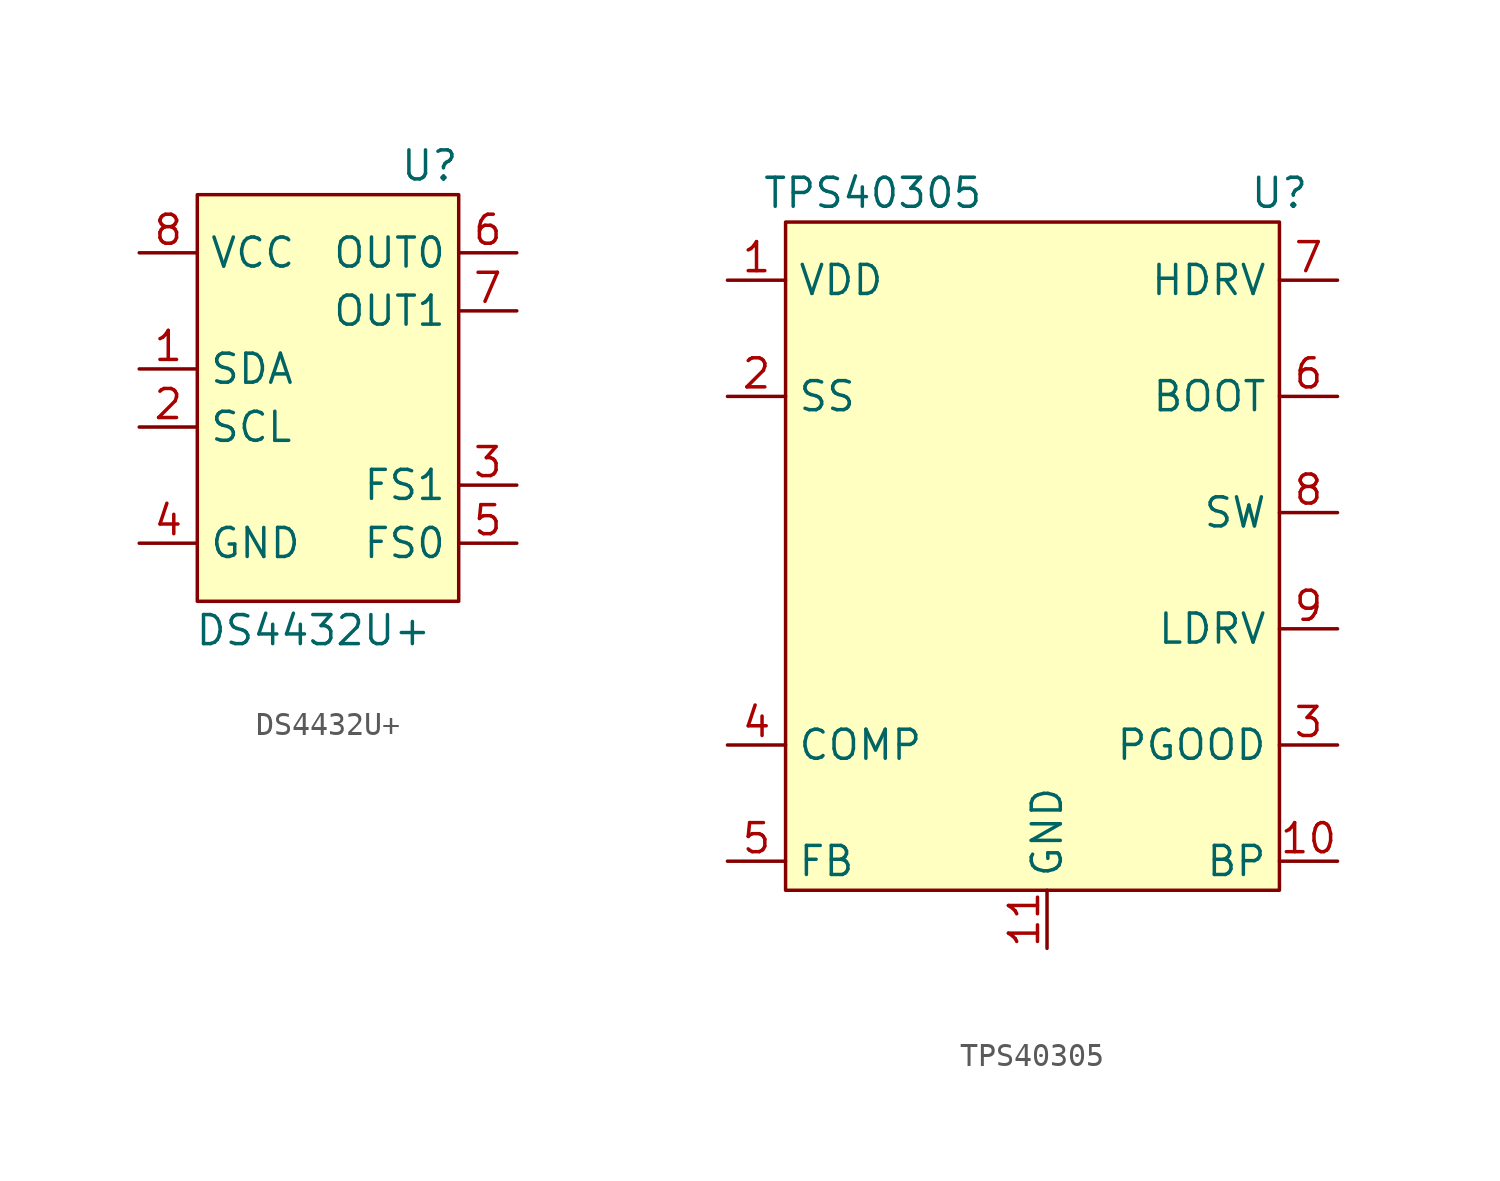
<source format=kicad_sym>
(kicad_symbol_lib
  (version 20211014)
  (generator kicad_symbol_editor)
  (symbol "DS4432U+"
    (property "Reference" "U"
      (at 3.81 10.16 0)
      (effects (font (size 1.27 1.27))))
    (property "Value" "DS4432U+"
      (at -1.27 -10.16 0)
      (effects (font (size 1.27 1.27))))
    (symbol "DS4432U+_0_1"
      (rectangle (start -6.35 8.89) (end 5.08 -8.89) (stroke (width 0.152) (type default) (color 0 0 0 0)) (fill (type background))))
    (symbol "DS4432U+_1_1"
      (pin input line (at -8.89 1.27 0) (length 2.54) (name "SDA" (effects (font (size 1.27 1.27)))) (number "1" (effects (font (size 1.27 1.27)))))
      (pin input line (at -8.89 -1.27 0) (length 2.54) (name "SCL" (effects (font (size 1.27 1.27)))) (number "2" (effects (font (size 1.27 1.27)))))
      (pin input line (at 7.62 -3.81 180) (length 2.54) (name "FS1" (effects (font (size 1.27 1.27)))) (number "3" (effects (font (size 1.27 1.27)))))
      (pin power_in line (at -8.89 -6.35 0) (length 2.54) (name "GND" (effects (font (size 1.27 1.27)))) (number "4" (effects (font (size 1.27 1.27)))))
      (pin input line (at 7.62 -6.35 180) (length 2.54) (name "FS0" (effects (font (size 1.27 1.27)))) (number "5" (effects (font (size 1.27 1.27)))))
      (pin output line (at 7.62 6.35 180) (length 2.54) (name "OUT0" (effects (font (size 1.27 1.27)))) (number "6" (effects (font (size 1.27 1.27)))))
      (pin output line (at 7.62 3.81 180) (length 2.54) (name "OUT1" (effects (font (size 1.27 1.27)))) (number "7" (effects (font (size 1.27 1.27)))))
      (pin power_in line (at -8.89 6.35 0) (length 2.54) (name "VCC" (effects (font (size 1.27 1.27)))) (number "8" (effects (font (size 1.27 1.27)))))))
  (symbol "TPS40305"
    (property "Reference" "U"
      (at 10.16 16.51 0)
      (effects (font (size 1.27 1.27))))
    (property "Value" "TPS40305"
      (at -7.62 16.51 0)
      (effects (font (size 1.27 1.27))))
    (symbol "TPS40305_0_1"
      (rectangle (start -11.43 15.24) (end 10.16 -13.97) (stroke (width 0.152) (type default) (color 0 0 0 0)) (fill (type background))))
    (symbol "TPS40305_1_1"
      (pin input line (at -13.97 12.7 0) (length 2.54) (name "VDD" (effects (font (size 1.27 1.27)))) (number "1" (effects (font (size 1.27 1.27)))))
      (pin input line (at 12.7 -12.7 180) (length 2.54) (name "BP" (effects (font (size 1.27 1.27)))) (number "10" (effects (font (size 1.27 1.27)))))
      (pin input line (at 0 -16.51 90) (length 2.54) (name "GND" (effects (font (size 1.27 1.27)))) (number "11" (effects (font (size 1.27 1.27)))))
      (pin input line (at -13.97 7.62 0) (length 2.54) (name "SS" (effects (font (size 1.27 1.27)))) (number "2" (effects (font (size 1.27 1.27)))))
      (pin input line (at 12.7 -7.62 180) (length 2.54) (name "PGOOD" (effects (font (size 1.27 1.27)))) (number "3" (effects (font (size 1.27 1.27)))))
      (pin input line (at -13.97 -7.62 0) (length 2.54) (name "COMP" (effects (font (size 1.27 1.27)))) (number "4" (effects (font (size 1.27 1.27)))))
      (pin input line (at -13.97 -12.7 0) (length 2.54) (name "FB" (effects (font (size 1.27 1.27)))) (number "5" (effects (font (size 1.27 1.27)))))
      (pin input line (at 12.7 7.62 180) (length 2.54) (name "BOOT" (effects (font (size 1.27 1.27)))) (number "6" (effects (font (size 1.27 1.27)))))
      (pin input line (at 12.7 12.7 180) (length 2.54) (name "HDRV" (effects (font (size 1.27 1.27)))) (number "7" (effects (font (size 1.27 1.27)))))
      (pin input line (at 12.7 2.54 180) (length 2.54) (name "SW" (effects (font (size 1.27 1.27)))) (number "8" (effects (font (size 1.27 1.27)))))
      (pin input line (at 12.7 -2.54 180) (length 2.54) (name "LDRV" (effects (font (size 1.27 1.27)))) (number "9" (effects (font (size 1.27 1.27))))))))
</source>
